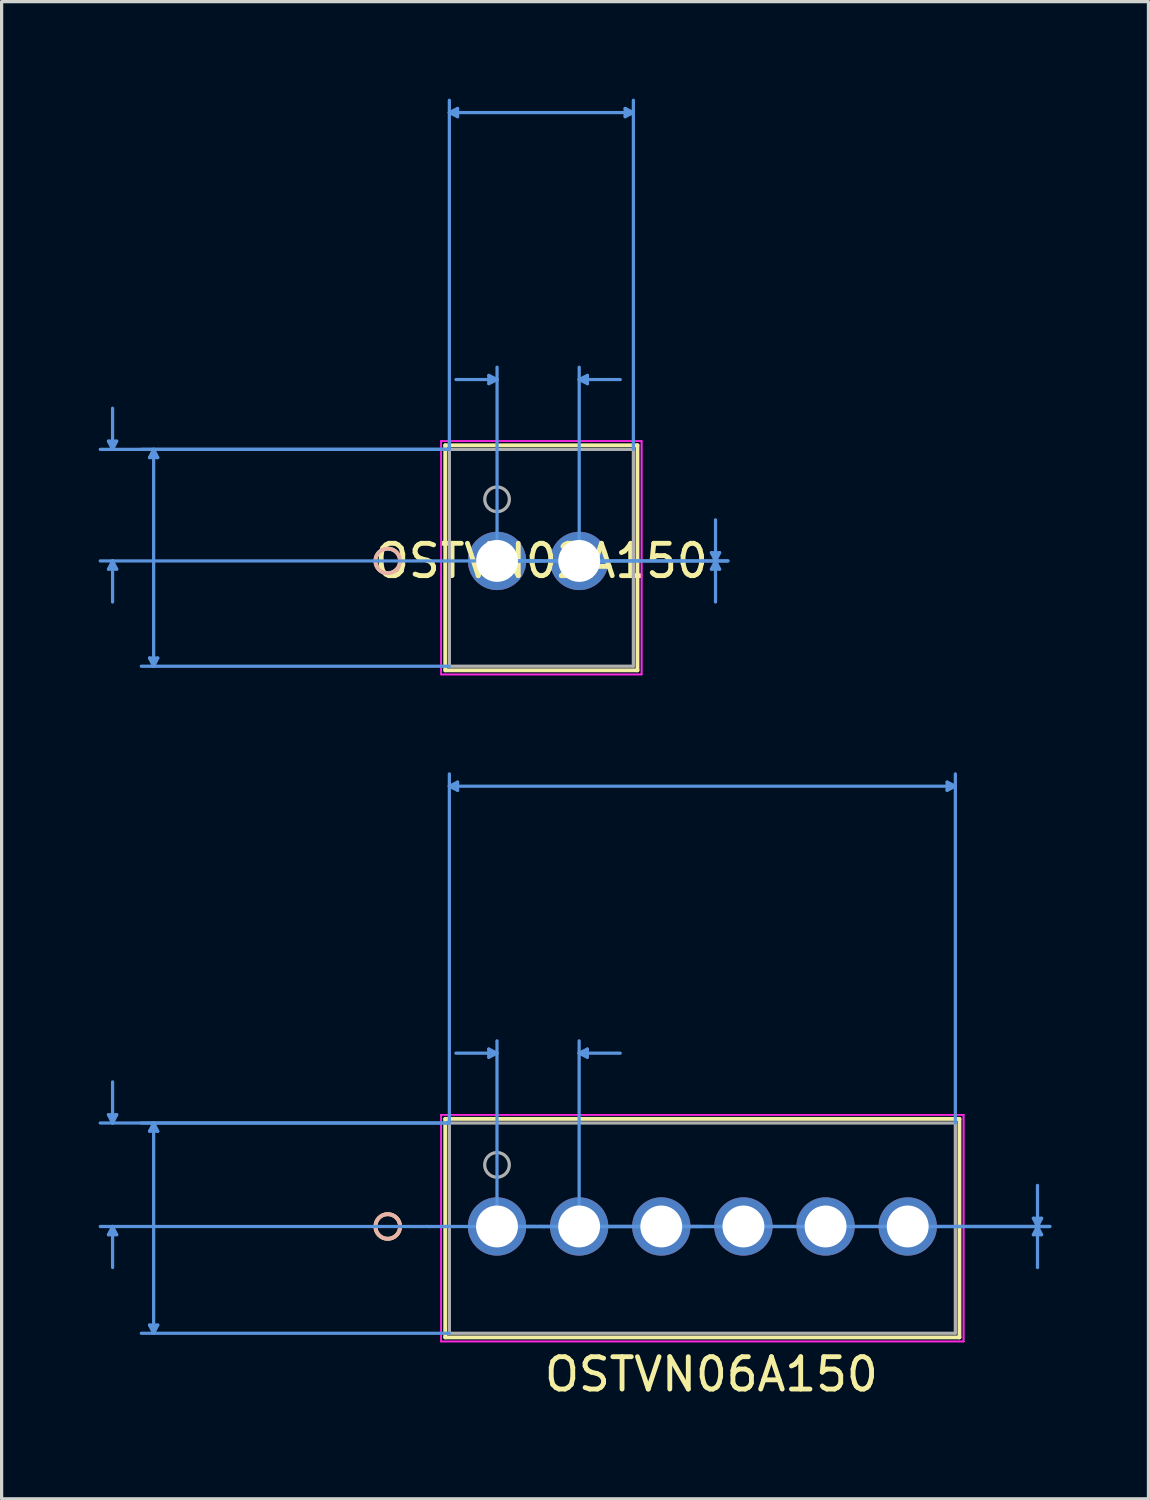
<source format=kicad_pcb>
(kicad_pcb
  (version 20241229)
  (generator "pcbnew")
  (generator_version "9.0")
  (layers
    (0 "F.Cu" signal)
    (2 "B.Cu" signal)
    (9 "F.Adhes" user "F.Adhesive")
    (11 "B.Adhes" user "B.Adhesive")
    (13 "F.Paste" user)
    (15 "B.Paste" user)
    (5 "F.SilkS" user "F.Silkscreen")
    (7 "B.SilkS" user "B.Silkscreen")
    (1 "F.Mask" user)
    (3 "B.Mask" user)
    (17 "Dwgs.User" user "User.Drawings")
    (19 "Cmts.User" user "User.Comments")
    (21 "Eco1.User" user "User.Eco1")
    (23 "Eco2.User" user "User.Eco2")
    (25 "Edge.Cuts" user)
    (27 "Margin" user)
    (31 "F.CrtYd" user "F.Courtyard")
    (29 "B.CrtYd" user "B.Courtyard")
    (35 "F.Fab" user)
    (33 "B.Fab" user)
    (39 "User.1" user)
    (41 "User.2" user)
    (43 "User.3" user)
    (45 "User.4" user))
  (footprint "OSTVN06A150"
    (layer "F.Cu")
    (at 12.318 34.875)
    (property "Reference" "OSTVN06A150" (at 6.629 4.572 0) (layer "F.SilkS") (effects (font (size 1 1) (thickness 0.15))))
    (attr through_hole)
    (fp_line (start -1.6 -3.327) (end -1.6 3.429) (stroke (width 0.12) (type solid)) (layer "F.SilkS"))
    (fp_line (start -1.6 3.429) (end 14.3 3.429) (stroke (width 0.12) (type solid)) (layer "F.SilkS"))
    (fp_line (start 14.3 -3.327) (end -1.6 -3.327) (stroke (width 0.12) (type solid)) (layer "F.SilkS"))
    (fp_line (start 14.3 3.429) (end 14.3 -3.327) (stroke (width 0.12) (type solid)) (layer "F.SilkS"))
    (fp_circle (center -3.378 0) (end -2.997 0) (stroke (width 0.12) (type solid)) (fill no) (layer "F.SilkS"))
    (fp_circle (center -3.378 0) (end -2.997 0) (stroke (width 0.12) (type solid)) (fill no) (layer "B.SilkS"))
    (fp_line (start -12.014 -3.454) (end -11.76 -3.454) (stroke (width 0.1) (type solid)) (layer "Cmts.User"))
    (fp_line (start -12.014 0.254) (end -11.76 0.254) (stroke (width 0.1) (type solid)) (layer "Cmts.User"))
    (fp_line (start -11.887 -3.2) (end -12.014 -3.454) (stroke (width 0.1) (type solid)) (layer "Cmts.User"))
    (fp_line (start -11.887 -3.2) (end -11.887 -4.47) (stroke (width 0.1) (type solid)) (layer "Cmts.User"))
    (fp_line (start -11.887 -3.2) (end -11.76 -3.454) (stroke (width 0.1) (type solid)) (layer "Cmts.User"))
    (fp_line (start -11.887 0) (end -12.014 0.254) (stroke (width 0.1) (type solid)) (layer "Cmts.User"))
    (fp_line (start -11.887 0) (end -11.887 1.27) (stroke (width 0.1) (type solid)) (layer "Cmts.User"))
    (fp_line (start -11.887 0) (end -11.76 0.254) (stroke (width 0.1) (type solid)) (layer "Cmts.User"))
    (fp_line (start -10.744 -2.946) (end -10.49 -2.946) (stroke (width 0.1) (type solid)) (layer "Cmts.User"))
    (fp_line (start -10.744 3.048) (end -10.49 3.048) (stroke (width 0.1) (type solid)) (layer "Cmts.User"))
    (fp_line (start -10.617 -3.2) (end -10.744 -2.946) (stroke (width 0.1) (type solid)) (layer "Cmts.User"))
    (fp_line (start -10.617 -3.2) (end -10.617 3.302) (stroke (width 0.1) (type solid)) (layer "Cmts.User"))
    (fp_line (start -10.617 -3.2) (end -10.49 -2.946) (stroke (width 0.1) (type solid)) (layer "Cmts.User"))
    (fp_line (start -10.617 3.302) (end -10.744 3.048) (stroke (width 0.1) (type solid)) (layer "Cmts.User"))
    (fp_line (start -10.617 3.302) (end -10.49 3.048) (stroke (width 0.1) (type solid)) (layer "Cmts.User"))
    (fp_line (start -1.473 -13.614) (end -1.219 -13.741) (stroke (width 0.1) (type solid)) (layer "Cmts.User"))
    (fp_line (start -1.473 -13.614) (end -1.219 -13.487) (stroke (width 0.1) (type solid)) (layer "Cmts.User"))
    (fp_line (start -1.473 -13.614) (end 14.173 -13.614) (stroke (width 0.1) (type solid)) (layer "Cmts.User"))
    (fp_line (start -1.473 -3.2) (end -12.268 -3.2) (stroke (width 0.1) (type solid)) (layer "Cmts.User"))
    (fp_line (start -1.473 -3.2) (end -10.998 -3.2) (stroke (width 0.1) (type solid)) (layer "Cmts.User"))
    (fp_line (start -1.473 -3.2) (end -1.473 -13.995) (stroke (width 0.1) (type solid)) (layer "Cmts.User"))
    (fp_line (start -1.473 3.302) (end -10.998 3.302) (stroke (width 0.1) (type solid)) (layer "Cmts.User"))
    (fp_line (start -1.219 -13.741) (end -1.219 -13.487) (stroke (width 0.1) (type solid)) (layer "Cmts.User"))
    (fp_line (start -0.254 -5.486) (end -0.254 -5.232) (stroke (width 0.1) (type solid)) (layer "Cmts.User"))
    (fp_line (start 0 -5.359) (end -1.27 -5.359) (stroke (width 0.1) (type solid)) (layer "Cmts.User"))
    (fp_line (start 0 -5.359) (end -0.254 -5.486) (stroke (width 0.1) (type solid)) (layer "Cmts.User"))
    (fp_line (start 0 -5.359) (end -0.254 -5.232) (stroke (width 0.1) (type solid)) (layer "Cmts.User"))
    (fp_line (start 0 0) (end 0 -5.74) (stroke (width 0.1) (type solid)) (layer "Cmts.User"))
    (fp_line (start 0 0) (end 17.094 0) (stroke (width 0.1) (type solid)) (layer "Cmts.User"))
    (fp_line (start 0 0) (end 17.094 0) (stroke (width 0.1) (type solid)) (layer "Cmts.User"))
    (fp_line (start 2.54 -5.359) (end 2.794 -5.486) (stroke (width 0.1) (type solid)) (layer "Cmts.User"))
    (fp_line (start 2.54 -5.359) (end 2.794 -5.232) (stroke (width 0.1) (type solid)) (layer "Cmts.User"))
    (fp_line (start 2.54 -5.359) (end 3.81 -5.359) (stroke (width 0.1) (type solid)) (layer "Cmts.User"))
    (fp_line (start 2.54 0) (end 2.54 -5.74) (stroke (width 0.1) (type solid)) (layer "Cmts.User"))
    (fp_line (start 2.794 -5.486) (end 2.794 -5.232) (stroke (width 0.1) (type solid)) (layer "Cmts.User"))
    (fp_line (start 6.35 0) (end -12.268 0) (stroke (width 0.1) (type solid)) (layer "Cmts.User"))
    (fp_line (start 13.919 -13.741) (end 13.919 -13.487) (stroke (width 0.1) (type solid)) (layer "Cmts.User"))
    (fp_line (start 14.173 -13.614) (end 13.919 -13.741) (stroke (width 0.1) (type solid)) (layer "Cmts.User"))
    (fp_line (start 14.173 -13.614) (end 13.919 -13.487) (stroke (width 0.1) (type solid)) (layer "Cmts.User"))
    (fp_line (start 14.173 -3.2) (end 14.173 -13.995) (stroke (width 0.1) (type solid)) (layer "Cmts.User"))
    (fp_line (start 16.586 -0.254) (end 16.84 -0.254) (stroke (width 0.1) (type solid)) (layer "Cmts.User"))
    (fp_line (start 16.586 0.254) (end 16.84 0.254) (stroke (width 0.1) (type solid)) (layer "Cmts.User"))
    (fp_line (start 16.713 0) (end 16.586 -0.254) (stroke (width 0.1) (type solid)) (layer "Cmts.User"))
    (fp_line (start 16.713 0) (end 16.586 0.254) (stroke (width 0.1) (type solid)) (layer "Cmts.User"))
    (fp_line (start 16.713 0) (end 16.713 -1.27) (stroke (width 0.1) (type solid)) (layer "Cmts.User"))
    (fp_line (start 16.713 0) (end 16.713 1.27) (stroke (width 0.1) (type solid)) (layer "Cmts.User"))
    (fp_line (start 16.713 0) (end 16.84 -0.254) (stroke (width 0.1) (type solid)) (layer "Cmts.User"))
    (fp_line (start 16.713 0) (end 16.84 0.254) (stroke (width 0.1) (type solid)) (layer "Cmts.User"))
    (fp_line (start -1.727 -3.454) (end -1.727 3.556) (stroke (width 0.05) (type solid)) (layer "F.CrtYd"))
    (fp_line (start -1.727 -3.454) (end -1.727 3.556) (stroke (width 0.05) (type solid)) (layer "F.CrtYd"))
    (fp_line (start -1.727 3.556) (end 14.427 3.556) (stroke (width 0.05) (type solid)) (layer "F.CrtYd"))
    (fp_line (start -1.727 3.556) (end 14.427 3.556) (stroke (width 0.05) (type solid)) (layer "F.CrtYd"))
    (fp_line (start 14.427 -3.454) (end -1.727 -3.454) (stroke (width 0.05) (type solid)) (layer "F.CrtYd"))
    (fp_line (start 14.427 -3.454) (end -1.727 -3.454) (stroke (width 0.05) (type solid)) (layer "F.CrtYd"))
    (fp_line (start 14.427 3.556) (end 14.427 -3.454) (stroke (width 0.05) (type solid)) (layer "F.CrtYd"))
    (fp_line (start 14.427 3.556) (end 14.427 -3.454) (stroke (width 0.05) (type solid)) (layer "F.CrtYd"))
    (fp_line (start -1.473 -3.2) (end -1.473 3.302) (stroke (width 0.1) (type solid)) (layer "F.Fab"))
    (fp_line (start -1.473 3.302) (end 14.173 3.302) (stroke (width 0.1) (type solid)) (layer "F.Fab"))
    (fp_line (start 14.173 -3.2) (end -1.473 -3.2) (stroke (width 0.1) (type solid)) (layer "F.Fab"))
    (fp_line (start 14.173 3.302) (end 14.173 -3.2) (stroke (width 0.1) (type solid)) (layer "F.Fab"))
    (fp_circle (center 0 -1.905) (end 0.381 -1.905) (stroke (width 0.1) (type solid)) (fill no) (layer "F.Fab"))
    (fp_text user "*" (at 0 0 0) (layer "F.SilkS") (effects (font (size 1 1) (thickness 0.15))))
    (fp_text user "Copyright 2021 Accelerated Designs. All rights reserved." (at 0 0 0) (layer "Cmts.User") (effects (font (size 0.127 0.127) (thickness 0.002))))
    (fp_text user "*" (at 0 0 0) (layer "F.Fab") (effects (font (size 1 1) (thickness 0.15))))
    (pad "1" thru_hole circle (at 0 0) (size 1.803 1.803) (drill 1.295) (layers "*.Cu" "*.Mask"))
    (pad "2" thru_hole circle (at 2.54 0) (size 1.803 1.803) (drill 1.295) (layers "*.Cu" "*.Mask"))
    (pad "3" thru_hole circle (at 5.08 0) (size 1.803 1.803) (drill 1.295) (layers "*.Cu" "*.Mask"))
    (pad "4" thru_hole circle (at 7.62 0) (size 1.803 1.803) (drill 1.295) (layers "*.Cu" "*.Mask"))
    (pad "5" thru_hole circle (at 10.16 0) (size 1.803 1.803) (drill 1.295) (layers "*.Cu" "*.Mask"))
    (pad "6" thru_hole circle (at 12.7 0) (size 1.803 1.803) (drill 1.295) (layers "*.Cu" "*.Mask")))
  (footprint "OSTVN02A150"
    (layer "F.Cu")
    (at 12.32 14.295)
    (property "Reference" "OSTVN02A150" (at 1.37 0 0) (layer "F.SilkS") (effects (font (size 1 1) (thickness 0.15))))
    (attr through_hole)
    (fp_line (start -1.602 -3.577) (end -1.602 3.383) (stroke (width 0.12) (type solid)) (layer "F.SilkS"))
    (fp_line (start -1.602 3.383) (end 4.342 3.383) (stroke (width 0.12) (type solid)) (layer "F.SilkS"))
    (fp_line (start 4.342 -3.577) (end -1.602 -3.577) (stroke (width 0.12) (type solid)) (layer "F.SilkS"))
    (fp_line (start 4.342 3.383) (end 4.342 -3.577) (stroke (width 0.12) (type solid)) (layer "F.SilkS"))
    (fp_circle (center -3.38 0) (end -2.999 0) (stroke (width 0.12) (type solid)) (fill no) (layer "F.SilkS"))
    (fp_circle (center -3.38 0) (end -2.999 0) (stroke (width 0.12) (type solid)) (fill no) (layer "B.SilkS"))
    (fp_line (start -12.016 -3.704) (end -11.762 -3.704) (stroke (width 0.1) (type solid)) (layer "Cmts.User"))
    (fp_line (start -12.016 0.254) (end -11.762 0.254) (stroke (width 0.1) (type solid)) (layer "Cmts.User"))
    (fp_line (start -11.889 -3.45) (end -12.016 -3.704) (stroke (width 0.1) (type solid)) (layer "Cmts.User"))
    (fp_line (start -11.889 -3.45) (end -11.889 -4.72) (stroke (width 0.1) (type solid)) (layer "Cmts.User"))
    (fp_line (start -11.889 -3.45) (end -11.762 -3.704) (stroke (width 0.1) (type solid)) (layer "Cmts.User"))
    (fp_line (start -11.889 0) (end -12.016 0.254) (stroke (width 0.1) (type solid)) (layer "Cmts.User"))
    (fp_line (start -11.889 0) (end -11.889 1.27) (stroke (width 0.1) (type solid)) (layer "Cmts.User"))
    (fp_line (start -11.889 0) (end -11.762 0.254) (stroke (width 0.1) (type solid)) (layer "Cmts.User"))
    (fp_line (start -10.746 -3.196) (end -10.492 -3.196) (stroke (width 0.1) (type solid)) (layer "Cmts.User"))
    (fp_line (start -10.746 3.002) (end -10.492 3.002) (stroke (width 0.1) (type solid)) (layer "Cmts.User"))
    (fp_line (start -10.619 -3.45) (end -10.746 -3.196) (stroke (width 0.1) (type solid)) (layer "Cmts.User"))
    (fp_line (start -10.619 -3.45) (end -10.619 3.256) (stroke (width 0.1) (type solid)) (layer "Cmts.User"))
    (fp_line (start -10.619 -3.45) (end -10.492 -3.196) (stroke (width 0.1) (type solid)) (layer "Cmts.User"))
    (fp_line (start -10.619 3.256) (end -10.746 3.002) (stroke (width 0.1) (type solid)) (layer "Cmts.User"))
    (fp_line (start -10.619 3.256) (end -10.492 3.002) (stroke (width 0.1) (type solid)) (layer "Cmts.User"))
    (fp_line (start -1.475 -13.864) (end -1.221 -13.991) (stroke (width 0.1) (type solid)) (layer "Cmts.User"))
    (fp_line (start -1.475 -13.864) (end -1.221 -13.737) (stroke (width 0.1) (type solid)) (layer "Cmts.User"))
    (fp_line (start -1.475 -13.864) (end 4.215 -13.864) (stroke (width 0.1) (type solid)) (layer "Cmts.User"))
    (fp_line (start -1.475 -3.45) (end -12.27 -3.45) (stroke (width 0.1) (type solid)) (layer "Cmts.User"))
    (fp_line (start -1.475 -3.45) (end -11 -3.45) (stroke (width 0.1) (type solid)) (layer "Cmts.User"))
    (fp_line (start -1.475 -3.45) (end -1.475 -14.245) (stroke (width 0.1) (type solid)) (layer "Cmts.User"))
    (fp_line (start -1.475 3.256) (end -11 3.256) (stroke (width 0.1) (type solid)) (layer "Cmts.User"))
    (fp_line (start -1.221 -13.991) (end -1.221 -13.737) (stroke (width 0.1) (type solid)) (layer "Cmts.User"))
    (fp_line (start -0.254 -5.736) (end -0.254 -5.482) (stroke (width 0.1) (type solid)) (layer "Cmts.User"))
    (fp_line (start 0 -5.609) (end -1.27 -5.609) (stroke (width 0.1) (type solid)) (layer "Cmts.User"))
    (fp_line (start 0 -5.609) (end -0.254 -5.736) (stroke (width 0.1) (type solid)) (layer "Cmts.User"))
    (fp_line (start 0 -5.609) (end -0.254 -5.482) (stroke (width 0.1) (type solid)) (layer "Cmts.User"))
    (fp_line (start 0 0) (end 0 -5.99) (stroke (width 0.1) (type solid)) (layer "Cmts.User"))
    (fp_line (start 0 0) (end 7.136 0) (stroke (width 0.1) (type solid)) (layer "Cmts.User"))
    (fp_line (start 0 0) (end 7.136 0) (stroke (width 0.1) (type solid)) (layer "Cmts.User"))
    (fp_line (start 1.37 0) (end -12.27 0) (stroke (width 0.1) (type solid)) (layer "Cmts.User"))
    (fp_line (start 2.54 -5.609) (end 2.794 -5.736) (stroke (width 0.1) (type solid)) (layer "Cmts.User"))
    (fp_line (start 2.54 -5.609) (end 2.794 -5.482) (stroke (width 0.1) (type solid)) (layer "Cmts.User"))
    (fp_line (start 2.54 -5.609) (end 3.81 -5.609) (stroke (width 0.1) (type solid)) (layer "Cmts.User"))
    (fp_line (start 2.54 0) (end 2.54 -5.99) (stroke (width 0.1) (type solid)) (layer "Cmts.User"))
    (fp_line (start 2.794 -5.736) (end 2.794 -5.482) (stroke (width 0.1) (type solid)) (layer "Cmts.User"))
    (fp_line (start 3.961 -13.991) (end 3.961 -13.737) (stroke (width 0.1) (type solid)) (layer "Cmts.User"))
    (fp_line (start 4.215 -13.864) (end 3.961 -13.991) (stroke (width 0.1) (type solid)) (layer "Cmts.User"))
    (fp_line (start 4.215 -13.864) (end 3.961 -13.737) (stroke (width 0.1) (type solid)) (layer "Cmts.User"))
    (fp_line (start 4.215 -3.45) (end 4.215 -14.245) (stroke (width 0.1) (type solid)) (layer "Cmts.User"))
    (fp_line (start 6.628 -0.254) (end 6.882 -0.254) (stroke (width 0.1) (type solid)) (layer "Cmts.User"))
    (fp_line (start 6.628 0.254) (end 6.882 0.254) (stroke (width 0.1) (type solid)) (layer "Cmts.User"))
    (fp_line (start 6.755 0) (end 6.628 -0.254) (stroke (width 0.1) (type solid)) (layer "Cmts.User"))
    (fp_line (start 6.755 0) (end 6.628 0.254) (stroke (width 0.1) (type solid)) (layer "Cmts.User"))
    (fp_line (start 6.755 0) (end 6.755 -1.27) (stroke (width 0.1) (type solid)) (layer "Cmts.User"))
    (fp_line (start 6.755 0) (end 6.755 1.27) (stroke (width 0.1) (type solid)) (layer "Cmts.User"))
    (fp_line (start 6.755 0) (end 6.882 -0.254) (stroke (width 0.1) (type solid)) (layer "Cmts.User"))
    (fp_line (start 6.755 0) (end 6.882 0.254) (stroke (width 0.1) (type solid)) (layer "Cmts.User"))
    (fp_line (start -1.729 -3.704) (end -1.729 3.51) (stroke (width 0.05) (type solid)) (layer "F.CrtYd"))
    (fp_line (start -1.729 -3.704) (end -1.729 3.51) (stroke (width 0.05) (type solid)) (layer "F.CrtYd"))
    (fp_line (start -1.729 3.51) (end 4.469 3.51) (stroke (width 0.05) (type solid)) (layer "F.CrtYd"))
    (fp_line (start -1.729 3.51) (end 4.469 3.51) (stroke (width 0.05) (type solid)) (layer "F.CrtYd"))
    (fp_line (start 4.469 -3.704) (end -1.729 -3.704) (stroke (width 0.05) (type solid)) (layer "F.CrtYd"))
    (fp_line (start 4.469 -3.704) (end -1.729 -3.704) (stroke (width 0.05) (type solid)) (layer "F.CrtYd"))
    (fp_line (start 4.469 3.51) (end 4.469 -3.704) (stroke (width 0.05) (type solid)) (layer "F.CrtYd"))
    (fp_line (start 4.469 3.51) (end 4.469 -3.704) (stroke (width 0.05) (type solid)) (layer "F.CrtYd"))
    (fp_line (start -1.475 -3.45) (end -1.475 3.256) (stroke (width 0.1) (type solid)) (layer "F.Fab"))
    (fp_line (start -1.475 3.256) (end 4.215 3.256) (stroke (width 0.1) (type solid)) (layer "F.Fab"))
    (fp_line (start 4.215 -3.45) (end -1.475 -3.45) (stroke (width 0.1) (type solid)) (layer "F.Fab"))
    (fp_line (start 4.215 3.256) (end 4.215 -3.45) (stroke (width 0.1) (type solid)) (layer "F.Fab"))
    (fp_circle (center 0 -1.905) (end 0.381 -1.905) (stroke (width 0.1) (type solid)) (fill no) (layer "F.Fab"))
    (fp_text user "*" (at 0 0 0) (layer "F.SilkS") (effects (font (size 1 1) (thickness 0.15))))
    (fp_text user "Copyright 2021 Accelerated Designs. All rights reserved." (at 0 0 0) (layer "Cmts.User") (effects (font (size 0.127 0.127) (thickness 0.002))))
    (fp_text user "*" (at 0 0 0) (layer "F.Fab") (effects (font (size 1 1) (thickness 0.15))))
    (pad "1" thru_hole circle (at 0 0) (size 1.803 1.803) (drill 1.295) (layers "*.Cu" "*.Mask"))
    (pad "2" thru_hole circle (at 2.54 0) (size 1.803 1.803) (drill 1.295) (layers "*.Cu" "*.Mask")))
  (gr_rect
    (start -3 -3)
    (end 32.462 43.295)
    (stroke (width 0.1) (type default))
    (fill no)
    (layer "Edge.Cuts")))
</source>
